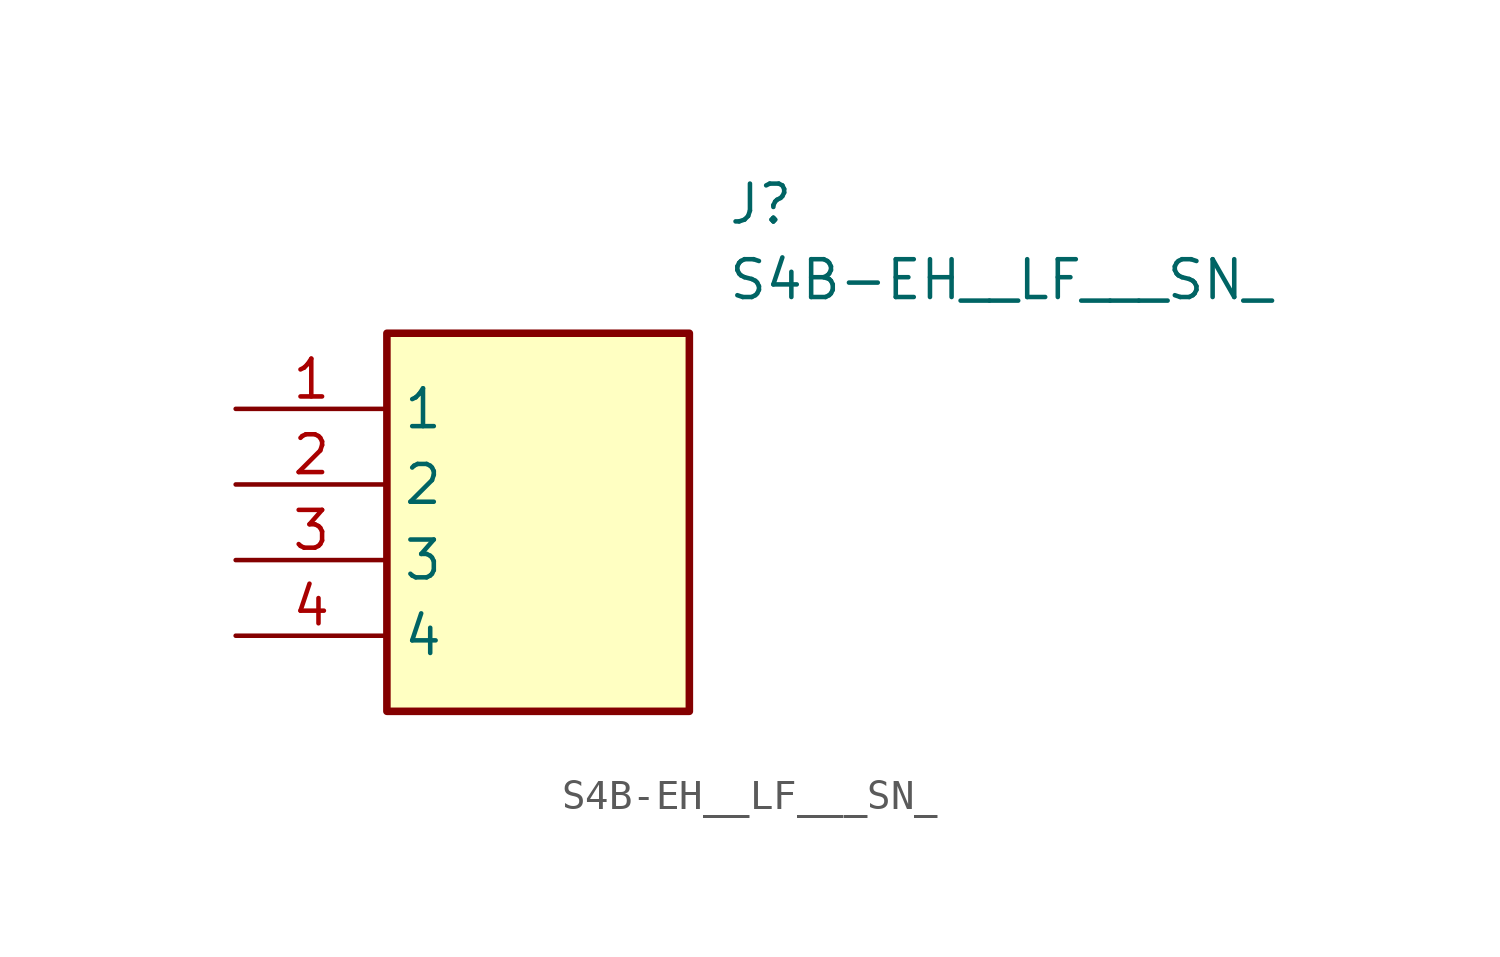
<source format=kicad_sym>
(kicad_symbol_lib
  (version 20211014)
  (generator SamacSys_ECAD_Model)
  (symbol "S4B-EH__LF___SN_"
    (property "Reference" "J"
      (at 16.51 7.62 0)
      (effects (font (size 1.27 1.27)) (justify left top)))
    (property "Value" "S4B-EH__LF___SN_"
      (at 16.51 5.08 0)
      (effects (font (size 1.27 1.27)) (justify left top)))
    (rectangle
      (start 5.08 2.54)
      (end 15.24 -10.16)
      (stroke (width 0.254) (type default))
      (fill (type background)))
    (pin passive line
      (at 0 0 0)
      (length 5.08)
      (name "1" (effects (font (size 1.27 1.27))))
      (number "1" (effects (font (size 1.27 1.27)))))
    (pin passive line
      (at 0 -2.54 0)
      (length 5.08)
      (name "2" (effects (font (size 1.27 1.27))))
      (number "2" (effects (font (size 1.27 1.27)))))
    (pin passive line
      (at 0 -5.08 0)
      (length 5.08)
      (name "3" (effects (font (size 1.27 1.27))))
      (number "3" (effects (font (size 1.27 1.27)))))
    (pin passive line
      (at 0 -7.62 0)
      (length 5.08)
      (name "4" (effects (font (size 1.27 1.27))))
      (number "4" (effects (font (size 1.27 1.27)))))))
</source>
